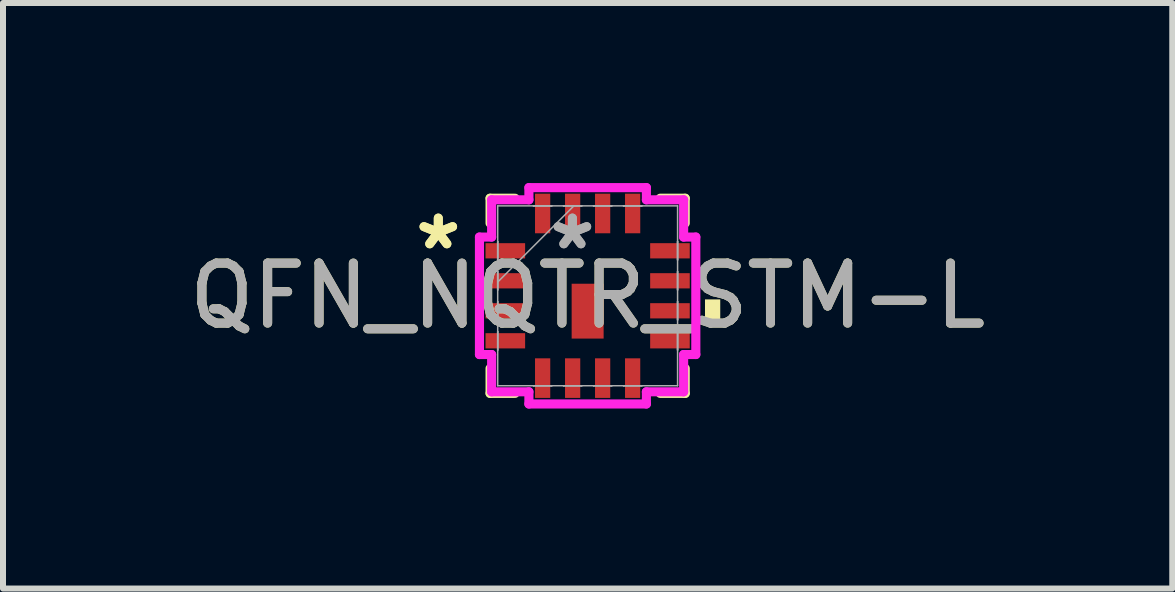
<source format=kicad_pcb>
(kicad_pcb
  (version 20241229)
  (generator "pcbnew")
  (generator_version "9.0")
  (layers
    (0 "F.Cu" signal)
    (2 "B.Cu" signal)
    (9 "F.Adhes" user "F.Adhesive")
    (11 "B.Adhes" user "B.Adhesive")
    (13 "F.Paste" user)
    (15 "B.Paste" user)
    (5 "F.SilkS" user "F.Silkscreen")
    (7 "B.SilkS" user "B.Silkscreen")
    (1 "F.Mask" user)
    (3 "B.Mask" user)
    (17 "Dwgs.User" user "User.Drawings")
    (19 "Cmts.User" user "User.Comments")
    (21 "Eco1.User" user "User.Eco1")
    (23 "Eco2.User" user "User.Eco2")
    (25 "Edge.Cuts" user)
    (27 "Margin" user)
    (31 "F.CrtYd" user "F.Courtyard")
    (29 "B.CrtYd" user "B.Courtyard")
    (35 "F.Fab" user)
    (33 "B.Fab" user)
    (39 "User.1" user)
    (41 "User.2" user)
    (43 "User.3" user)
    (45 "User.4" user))
  (footprint "QFN_NQTR_STM-L"
    (layer "F.Cu")
    (at 6.744 1.88)
    (property "Reference" "QFN_NQTR_STM-L" (at 0 0 0) (unlocked yes) (layer "F.SilkS") (effects (font (size 1 1) (thickness 0.15))))
    (attr smd)
    (fp_line (start -1.626 -1.626) (end -1.626 -1.21) (stroke (width 0.152) (type solid)) (layer "F.SilkS"))
    (fp_line (start -1.626 1.21) (end -1.626 1.626) (stroke (width 0.152) (type solid)) (layer "F.SilkS"))
    (fp_line (start -1.626 1.626) (end -1.21 1.626) (stroke (width 0.152) (type solid)) (layer "F.SilkS"))
    (fp_line (start -1.21 -1.626) (end -1.626 -1.626) (stroke (width 0.152) (type solid)) (layer "F.SilkS"))
    (fp_line (start 1.21 1.626) (end 1.626 1.626) (stroke (width 0.152) (type solid)) (layer "F.SilkS"))
    (fp_line (start 1.626 -1.626) (end 1.21 -1.626) (stroke (width 0.152) (type solid)) (layer "F.SilkS"))
    (fp_line (start 1.626 -1.21) (end 1.626 -1.626) (stroke (width 0.152) (type solid)) (layer "F.SilkS"))
    (fp_line (start 1.626 1.626) (end 1.626 1.21) (stroke (width 0.152) (type solid)) (layer "F.SilkS"))
    (fp_poly (pts (xy 2.21 0.06) (xy 2.21 0.441) (xy 1.956 0.441) (xy 1.956 0.06)) (stroke (width 0) (type solid)) (fill yes) (layer "F.SilkS"))
    (fp_line (start -1.803 -0.979) (end -1.6 -0.979) (stroke (width 0.152) (type solid)) (layer "F.CrtYd"))
    (fp_line (start -1.803 0.979) (end -1.803 -0.979) (stroke (width 0.152) (type solid)) (layer "F.CrtYd"))
    (fp_line (start -1.6 -1.6) (end -0.979 -1.6) (stroke (width 0.152) (type solid)) (layer "F.CrtYd"))
    (fp_line (start -1.6 -0.979) (end -1.6 -1.6) (stroke (width 0.152) (type solid)) (layer "F.CrtYd"))
    (fp_line (start -1.6 0.979) (end -1.803 0.979) (stroke (width 0.152) (type solid)) (layer "F.CrtYd"))
    (fp_line (start -1.6 1.6) (end -1.6 0.979) (stroke (width 0.152) (type solid)) (layer "F.CrtYd"))
    (fp_line (start -0.979 -1.803) (end 0.979 -1.803) (stroke (width 0.152) (type solid)) (layer "F.CrtYd"))
    (fp_line (start -0.979 -1.6) (end -0.979 -1.803) (stroke (width 0.152) (type solid)) (layer "F.CrtYd"))
    (fp_line (start -0.979 1.6) (end -1.6 1.6) (stroke (width 0.152) (type solid)) (layer "F.CrtYd"))
    (fp_line (start -0.979 1.803) (end -0.979 1.6) (stroke (width 0.152) (type solid)) (layer "F.CrtYd"))
    (fp_line (start 0.979 -1.803) (end 0.979 -1.6) (stroke (width 0.152) (type solid)) (layer "F.CrtYd"))
    (fp_line (start 0.979 -1.6) (end 1.6 -1.6) (stroke (width 0.152) (type solid)) (layer "F.CrtYd"))
    (fp_line (start 0.979 1.6) (end 0.979 1.803) (stroke (width 0.152) (type solid)) (layer "F.CrtYd"))
    (fp_line (start 0.979 1.803) (end -0.979 1.803) (stroke (width 0.152) (type solid)) (layer "F.CrtYd"))
    (fp_line (start 1.6 -1.6) (end 1.6 -0.979) (stroke (width 0.152) (type solid)) (layer "F.CrtYd"))
    (fp_line (start 1.6 -0.979) (end 1.803 -0.979) (stroke (width 0.152) (type solid)) (layer "F.CrtYd"))
    (fp_line (start 1.6 0.979) (end 1.6 1.6) (stroke (width 0.152) (type solid)) (layer "F.CrtYd"))
    (fp_line (start 1.6 1.6) (end 0.979 1.6) (stroke (width 0.152) (type solid)) (layer "F.CrtYd"))
    (fp_line (start 1.803 -0.979) (end 1.803 0.979) (stroke (width 0.152) (type solid)) (layer "F.CrtYd"))
    (fp_line (start 1.803 0.979) (end 1.6 0.979) (stroke (width 0.152) (type solid)) (layer "F.CrtYd"))
    (fp_line (start -1.499 -1.499) (end -1.499 1.499) (stroke (width 0.025) (type solid)) (layer "F.Fab"))
    (fp_line (start -1.499 -0.903) (end -1.499 -0.903) (stroke (width 0.025) (type solid)) (layer "F.Fab"))
    (fp_line (start -1.499 -0.903) (end -1.499 -0.598) (stroke (width 0.025) (type solid)) (layer "F.Fab"))
    (fp_line (start -1.499 -0.598) (end -1.499 -0.903) (stroke (width 0.025) (type solid)) (layer "F.Fab"))
    (fp_line (start -1.499 -0.598) (end -1.499 -0.598) (stroke (width 0.025) (type solid)) (layer "F.Fab"))
    (fp_line (start -1.499 -0.402) (end -1.499 -0.402) (stroke (width 0.025) (type solid)) (layer "F.Fab"))
    (fp_line (start -1.499 -0.402) (end -1.499 -0.098) (stroke (width 0.025) (type solid)) (layer "F.Fab"))
    (fp_line (start -1.499 -0.229) (end -0.229 -1.499) (stroke (width 0.025) (type solid)) (layer "F.Fab"))
    (fp_line (start -1.499 -0.098) (end -1.499 -0.402) (stroke (width 0.025) (type solid)) (layer "F.Fab"))
    (fp_line (start -1.499 -0.098) (end -1.499 -0.098) (stroke (width 0.025) (type solid)) (layer "F.Fab"))
    (fp_line (start -1.499 0.098) (end -1.499 0.098) (stroke (width 0.025) (type solid)) (layer "F.Fab"))
    (fp_line (start -1.499 0.098) (end -1.499 0.402) (stroke (width 0.025) (type solid)) (layer "F.Fab"))
    (fp_line (start -1.499 0.402) (end -1.499 0.098) (stroke (width 0.025) (type solid)) (layer "F.Fab"))
    (fp_line (start -1.499 0.402) (end -1.499 0.402) (stroke (width 0.025) (type solid)) (layer "F.Fab"))
    (fp_line (start -1.499 0.598) (end -1.499 0.598) (stroke (width 0.025) (type solid)) (layer "F.Fab"))
    (fp_line (start -1.499 0.598) (end -1.499 0.903) (stroke (width 0.025) (type solid)) (layer "F.Fab"))
    (fp_line (start -1.499 0.903) (end -1.499 0.598) (stroke (width 0.025) (type solid)) (layer "F.Fab"))
    (fp_line (start -1.499 0.903) (end -1.499 0.903) (stroke (width 0.025) (type solid)) (layer "F.Fab"))
    (fp_line (start -1.499 1.499) (end 1.499 1.499) (stroke (width 0.025) (type solid)) (layer "F.Fab"))
    (fp_line (start -0.903 -1.499) (end -0.903 -1.499) (stroke (width 0.025) (type solid)) (layer "F.Fab"))
    (fp_line (start -0.903 -1.499) (end -0.598 -1.499) (stroke (width 0.025) (type solid)) (layer "F.Fab"))
    (fp_line (start -0.903 1.499) (end -0.903 1.499) (stroke (width 0.025) (type solid)) (layer "F.Fab"))
    (fp_line (start -0.903 1.499) (end -0.598 1.499) (stroke (width 0.025) (type solid)) (layer "F.Fab"))
    (fp_line (start -0.598 -1.499) (end -0.903 -1.499) (stroke (width 0.025) (type solid)) (layer "F.Fab"))
    (fp_line (start -0.598 -1.499) (end -0.598 -1.499) (stroke (width 0.025) (type solid)) (layer "F.Fab"))
    (fp_line (start -0.598 1.499) (end -0.903 1.499) (stroke (width 0.025) (type solid)) (layer "F.Fab"))
    (fp_line (start -0.598 1.499) (end -0.598 1.499) (stroke (width 0.025) (type solid)) (layer "F.Fab"))
    (fp_line (start -0.402 -1.499) (end -0.402 -1.499) (stroke (width 0.025) (type solid)) (layer "F.Fab"))
    (fp_line (start -0.402 -1.499) (end -0.098 -1.499) (stroke (width 0.025) (type solid)) (layer "F.Fab"))
    (fp_line (start -0.402 1.499) (end -0.402 1.499) (stroke (width 0.025) (type solid)) (layer "F.Fab"))
    (fp_line (start -0.402 1.499) (end -0.098 1.499) (stroke (width 0.025) (type solid)) (layer "F.Fab"))
    (fp_line (start -0.098 -1.499) (end -0.402 -1.499) (stroke (width 0.025) (type solid)) (layer "F.Fab"))
    (fp_line (start -0.098 -1.499) (end -0.098 -1.499) (stroke (width 0.025) (type solid)) (layer "F.Fab"))
    (fp_line (start -0.098 1.499) (end -0.402 1.499) (stroke (width 0.025) (type solid)) (layer "F.Fab"))
    (fp_line (start -0.098 1.499) (end -0.098 1.499) (stroke (width 0.025) (type solid)) (layer "F.Fab"))
    (fp_line (start 0.098 -1.499) (end 0.098 -1.499) (stroke (width 0.025) (type solid)) (layer "F.Fab"))
    (fp_line (start 0.098 -1.499) (end 0.402 -1.499) (stroke (width 0.025) (type solid)) (layer "F.Fab"))
    (fp_line (start 0.098 1.499) (end 0.098 1.499) (stroke (width 0.025) (type solid)) (layer "F.Fab"))
    (fp_line (start 0.098 1.499) (end 0.402 1.499) (stroke (width 0.025) (type solid)) (layer "F.Fab"))
    (fp_line (start 0.402 -1.499) (end 0.098 -1.499) (stroke (width 0.025) (type solid)) (layer "F.Fab"))
    (fp_line (start 0.402 -1.499) (end 0.402 -1.499) (stroke (width 0.025) (type solid)) (layer "F.Fab"))
    (fp_line (start 0.402 1.499) (end 0.098 1.499) (stroke (width 0.025) (type solid)) (layer "F.Fab"))
    (fp_line (start 0.402 1.499) (end 0.402 1.499) (stroke (width 0.025) (type solid)) (layer "F.Fab"))
    (fp_line (start 0.598 -1.499) (end 0.598 -1.499) (stroke (width 0.025) (type solid)) (layer "F.Fab"))
    (fp_line (start 0.598 -1.499) (end 0.903 -1.499) (stroke (width 0.025) (type solid)) (layer "F.Fab"))
    (fp_line (start 0.598 1.499) (end 0.598 1.499) (stroke (width 0.025) (type solid)) (layer "F.Fab"))
    (fp_line (start 0.598 1.499) (end 0.903 1.499) (stroke (width 0.025) (type solid)) (layer "F.Fab"))
    (fp_line (start 0.903 -1.499) (end 0.598 -1.499) (stroke (width 0.025) (type solid)) (layer "F.Fab"))
    (fp_line (start 0.903 -1.499) (end 0.903 -1.499) (stroke (width 0.025) (type solid)) (layer "F.Fab"))
    (fp_line (start 0.903 1.499) (end 0.598 1.499) (stroke (width 0.025) (type solid)) (layer "F.Fab"))
    (fp_line (start 0.903 1.499) (end 0.903 1.499) (stroke (width 0.025) (type solid)) (layer "F.Fab"))
    (fp_line (start 1.499 -1.499) (end -1.499 -1.499) (stroke (width 0.025) (type solid)) (layer "F.Fab"))
    (fp_line (start 1.499 -0.903) (end 1.499 -0.903) (stroke (width 0.025) (type solid)) (layer "F.Fab"))
    (fp_line (start 1.499 -0.903) (end 1.499 -0.598) (stroke (width 0.025) (type solid)) (layer "F.Fab"))
    (fp_line (start 1.499 -0.598) (end 1.499 -0.903) (stroke (width 0.025) (type solid)) (layer "F.Fab"))
    (fp_line (start 1.499 -0.598) (end 1.499 -0.598) (stroke (width 0.025) (type solid)) (layer "F.Fab"))
    (fp_line (start 1.499 -0.402) (end 1.499 -0.402) (stroke (width 0.025) (type solid)) (layer "F.Fab"))
    (fp_line (start 1.499 -0.402) (end 1.499 -0.098) (stroke (width 0.025) (type solid)) (layer "F.Fab"))
    (fp_line (start 1.499 -0.098) (end 1.499 -0.402) (stroke (width 0.025) (type solid)) (layer "F.Fab"))
    (fp_line (start 1.499 -0.098) (end 1.499 -0.098) (stroke (width 0.025) (type solid)) (layer "F.Fab"))
    (fp_line (start 1.499 0.098) (end 1.499 0.098) (stroke (width 0.025) (type solid)) (layer "F.Fab"))
    (fp_line (start 1.499 0.098) (end 1.499 0.402) (stroke (width 0.025) (type solid)) (layer "F.Fab"))
    (fp_line (start 1.499 0.402) (end 1.499 0.098) (stroke (width 0.025) (type solid)) (layer "F.Fab"))
    (fp_line (start 1.499 0.402) (end 1.499 0.402) (stroke (width 0.025) (type solid)) (layer "F.Fab"))
    (fp_line (start 1.499 0.598) (end 1.499 0.598) (stroke (width 0.025) (type solid)) (layer "F.Fab"))
    (fp_line (start 1.499 0.598) (end 1.499 0.903) (stroke (width 0.025) (type solid)) (layer "F.Fab"))
    (fp_line (start 1.499 0.903) (end 1.499 0.598) (stroke (width 0.025) (type solid)) (layer "F.Fab"))
    (fp_line (start 1.499 0.903) (end 1.499 0.903) (stroke (width 0.025) (type solid)) (layer "F.Fab"))
    (fp_line (start 1.499 1.499) (end 1.499 -1.499) (stroke (width 0.025) (type solid)) (layer "F.Fab"))
    (fp_text user "*" (at -2.489 -0.75 0) (layer "F.SilkS") (effects (font (size 1 1) (thickness 0.15))))
    (fp_text user "*" (at -2.489 -0.75 0) (unlocked yes) (layer "F.SilkS") (effects (font (size 1 1) (thickness 0.15))))
    (fp_text user "*" (at -0.254 -0.75 0) (layer "F.Fab") (effects (font (size 1 1) (thickness 0.15))))
    (fp_text user "${REFERENCE}" (at 0 0 0) (unlocked yes) (layer "F.Fab") (effects (font (size 1 1) (thickness 0.15))))
    (fp_text user "*" (at -0.254 -0.75 0) (unlocked yes) (layer "F.Fab") (effects (font (size 1 1) (thickness 0.15))))
    (pad "1" smd rect (at -1.372 -0.75 90) (size 0.254 0.66) (layers "F.Cu" "F.Mask" "F.Paste"))
    (pad "2" smd rect (at -1.372 -0.25 90) (size 0.254 0.66) (layers "F.Cu" "F.Mask" "F.Paste"))
    (pad "3" smd rect (at -1.372 0.25 90) (size 0.254 0.66) (layers "F.Cu" "F.Mask" "F.Paste"))
    (pad "4" smd rect (at -1.372 0.75 90) (size 0.254 0.66) (layers "F.Cu" "F.Mask" "F.Paste"))
    (pad "5" smd rect (at -0.75 1.372) (size 0.254 0.66) (layers "F.Cu" "F.Mask" "F.Paste"))
    (pad "6" smd rect (at -0.25 1.372) (size 0.254 0.66) (layers "F.Cu" "F.Mask" "F.Paste"))
    (pad "7" smd rect (at 0.25 1.372) (size 0.254 0.66) (layers "F.Cu" "F.Mask" "F.Paste"))
    (pad "8" smd rect (at 0.75 1.372) (size 0.254 0.66) (layers "F.Cu" "F.Mask" "F.Paste"))
    (pad "9" smd rect (at 1.372 0.75 90) (size 0.254 0.66) (layers "F.Cu" "F.Mask" "F.Paste"))
    (pad "10" smd rect (at 1.372 0.25 90) (size 0.254 0.66) (layers "F.Cu" "F.Mask" "F.Paste"))
    (pad "11" smd rect (at 1.372 -0.25 90) (size 0.254 0.66) (layers "F.Cu" "F.Mask" "F.Paste"))
    (pad "12" smd rect (at 1.372 -0.75 90) (size 0.254 0.66) (layers "F.Cu" "F.Mask" "F.Paste"))
    (pad "13" smd rect (at 0.75 -1.372) (size 0.254 0.66) (layers "F.Cu" "F.Mask" "F.Paste"))
    (pad "14" smd rect (at 0.25 -1.372) (size 0.254 0.66) (layers "F.Cu" "F.Mask" "F.Paste"))
    (pad "15" smd rect (at -0.25 -1.372) (size 0.254 0.66) (layers "F.Cu" "F.Mask" "F.Paste"))
    (pad "16" smd rect (at -0.75 -1.372) (size 0.254 0.66) (layers "F.Cu" "F.Mask" "F.Paste"))
    (pad "17" smd rect (at 0 0.256) (size 0.533 0.914) (layers "F.Cu" "F.Mask" "F.Paste")))
  (gr_rect
    (start -3 -3)
    (end 16.488 6.759)
    (stroke (width 0.1) (type default))
    (fill no)
    (layer "Edge.Cuts")))
</source>
